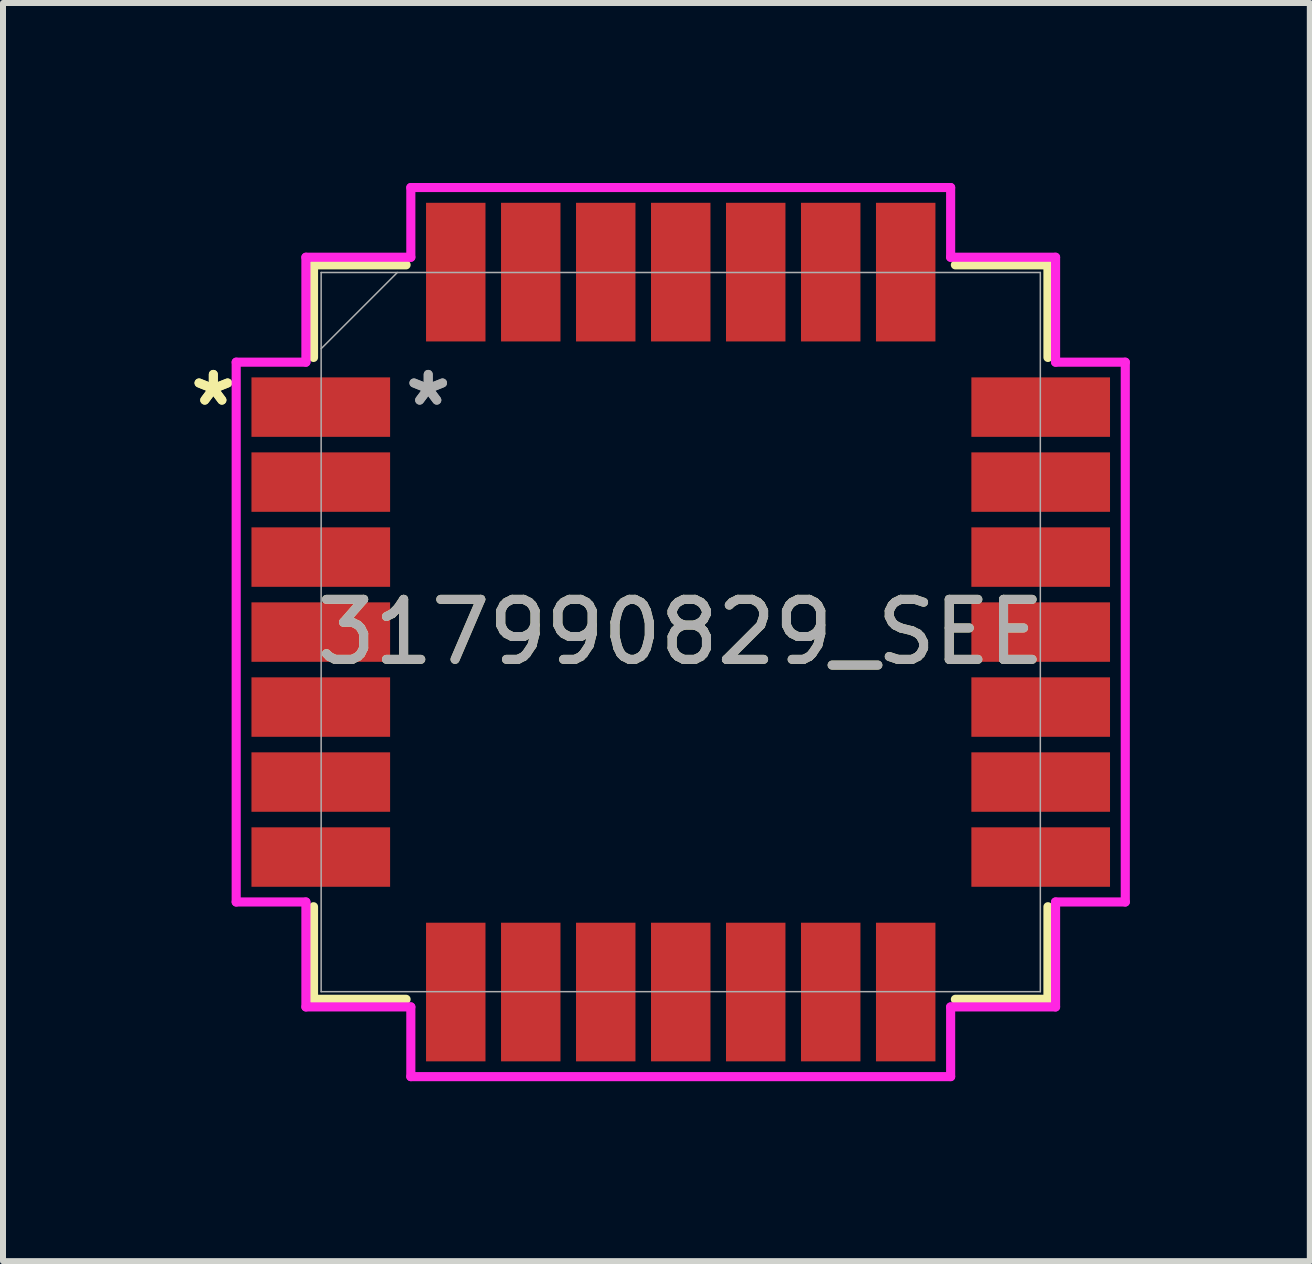
<source format=kicad_pcb>
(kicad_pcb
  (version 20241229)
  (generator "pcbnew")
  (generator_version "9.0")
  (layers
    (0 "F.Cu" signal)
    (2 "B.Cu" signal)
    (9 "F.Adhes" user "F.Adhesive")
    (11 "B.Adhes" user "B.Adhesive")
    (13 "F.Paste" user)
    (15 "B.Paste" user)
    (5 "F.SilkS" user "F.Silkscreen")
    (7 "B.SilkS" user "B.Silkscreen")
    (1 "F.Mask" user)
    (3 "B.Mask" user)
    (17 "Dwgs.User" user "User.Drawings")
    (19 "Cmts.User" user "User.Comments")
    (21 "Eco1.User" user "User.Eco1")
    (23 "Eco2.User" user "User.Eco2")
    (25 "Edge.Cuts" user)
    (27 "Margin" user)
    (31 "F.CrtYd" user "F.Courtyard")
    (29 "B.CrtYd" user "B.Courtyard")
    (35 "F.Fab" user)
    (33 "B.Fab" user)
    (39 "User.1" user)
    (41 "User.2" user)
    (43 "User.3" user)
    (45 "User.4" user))
  (footprint "317990829_SEE"
    (layer "F.Cu")
    (at 8.297 7.486)
    (property "Reference" "317990829_SEE" (at 0 0 0) (unlocked yes) (layer "F.SilkS") (effects (font (size 1 1) (thickness 0.15))))
    (attr smd)
    (fp_line (start -6.121 -6.121) (end -6.121 -4.578) (stroke (width 0.152) (type solid)) (layer "F.SilkS"))
    (fp_line (start -6.121 4.578) (end -6.121 6.121) (stroke (width 0.152) (type solid)) (layer "F.SilkS"))
    (fp_line (start -6.121 6.121) (end -4.578 6.121) (stroke (width 0.152) (type solid)) (layer "F.SilkS"))
    (fp_line (start -4.578 -6.121) (end -6.121 -6.121) (stroke (width 0.152) (type solid)) (layer "F.SilkS"))
    (fp_line (start 4.578 6.121) (end 6.121 6.121) (stroke (width 0.152) (type solid)) (layer "F.SilkS"))
    (fp_line (start 6.121 -6.121) (end 4.578 -6.121) (stroke (width 0.152) (type solid)) (layer "F.SilkS"))
    (fp_line (start 6.121 -4.578) (end 6.121 -6.121) (stroke (width 0.152) (type solid)) (layer "F.SilkS"))
    (fp_line (start 6.121 6.121) (end 6.121 4.578) (stroke (width 0.152) (type solid)) (layer "F.SilkS"))
    (fp_line (start -7.41 -4.499) (end -6.248 -4.499) (stroke (width 0.152) (type solid)) (layer "F.CrtYd"))
    (fp_line (start -7.41 4.499) (end -7.41 -4.499) (stroke (width 0.152) (type solid)) (layer "F.CrtYd"))
    (fp_line (start -6.248 -6.248) (end -4.499 -6.248) (stroke (width 0.152) (type solid)) (layer "F.CrtYd"))
    (fp_line (start -6.248 -4.499) (end -6.248 -6.248) (stroke (width 0.152) (type solid)) (layer "F.CrtYd"))
    (fp_line (start -6.248 4.499) (end -7.41 4.499) (stroke (width 0.152) (type solid)) (layer "F.CrtYd"))
    (fp_line (start -6.248 6.248) (end -6.248 4.499) (stroke (width 0.152) (type solid)) (layer "F.CrtYd"))
    (fp_line (start -4.499 -7.41) (end 4.499 -7.41) (stroke (width 0.152) (type solid)) (layer "F.CrtYd"))
    (fp_line (start -4.499 -6.248) (end -4.499 -7.41) (stroke (width 0.152) (type solid)) (layer "F.CrtYd"))
    (fp_line (start -4.499 6.248) (end -6.248 6.248) (stroke (width 0.152) (type solid)) (layer "F.CrtYd"))
    (fp_line (start -4.499 7.41) (end -4.499 6.248) (stroke (width 0.152) (type solid)) (layer "F.CrtYd"))
    (fp_line (start 4.499 -7.41) (end 4.499 -6.248) (stroke (width 0.152) (type solid)) (layer "F.CrtYd"))
    (fp_line (start 4.499 -6.248) (end 6.248 -6.248) (stroke (width 0.152) (type solid)) (layer "F.CrtYd"))
    (fp_line (start 4.499 6.248) (end 4.499 7.41) (stroke (width 0.152) (type solid)) (layer "F.CrtYd"))
    (fp_line (start 4.499 7.41) (end -4.499 7.41) (stroke (width 0.152) (type solid)) (layer "F.CrtYd"))
    (fp_line (start 6.248 -6.248) (end 6.248 -4.499) (stroke (width 0.152) (type solid)) (layer "F.CrtYd"))
    (fp_line (start 6.248 -4.499) (end 7.41 -4.499) (stroke (width 0.152) (type solid)) (layer "F.CrtYd"))
    (fp_line (start 6.248 4.499) (end 6.248 6.248) (stroke (width 0.152) (type solid)) (layer "F.CrtYd"))
    (fp_line (start 6.248 6.248) (end 4.499 6.248) (stroke (width 0.152) (type solid)) (layer "F.CrtYd"))
    (fp_line (start 7.41 -4.499) (end 7.41 4.499) (stroke (width 0.152) (type solid)) (layer "F.CrtYd"))
    (fp_line (start 7.41 4.499) (end 6.248 4.499) (stroke (width 0.152) (type solid)) (layer "F.CrtYd"))
    (fp_line (start -5.994 -5.994) (end -5.994 5.994) (stroke (width 0.025) (type solid)) (layer "F.Fab"))
    (fp_line (start -5.994 -4.724) (end -4.724 -5.994) (stroke (width 0.025) (type solid)) (layer "F.Fab"))
    (fp_line (start -5.994 5.994) (end 5.994 5.994) (stroke (width 0.025) (type solid)) (layer "F.Fab"))
    (fp_line (start 5.994 -5.994) (end -5.994 -5.994) (stroke (width 0.025) (type solid)) (layer "F.Fab"))
    (fp_line (start 5.994 5.994) (end 5.994 -5.994) (stroke (width 0.025) (type solid)) (layer "F.Fab"))
    (fp_text user "*" (at -7.791 -3.75 0) (layer "F.SilkS") (effects (font (size 1 1) (thickness 0.15))))
    (fp_text user "*" (at -7.791 -3.75 0) (unlocked yes) (layer "F.SilkS") (effects (font (size 1 1) (thickness 0.15))))
    (fp_text user "${REFERENCE}" (at 0 0 0) (unlocked yes) (layer "F.Fab") (effects (font (size 1 1) (thickness 0.15))))
    (fp_text user "*" (at -4.209 -3.75 0) (layer "F.Fab") (effects (font (size 1 1) (thickness 0.15))))
    (fp_text user "*" (at -4.209 -3.75 0) (unlocked yes) (layer "F.Fab") (effects (font (size 1 1) (thickness 0.15))))
    (pad "1" smd rect (at -6 -3.75) (size 2.311 0.991) (layers "F.Cu" "F.Mask" "F.Paste"))
    (pad "2" smd rect (at -6 -2.5) (size 2.311 0.991) (layers "F.Cu" "F.Mask" "F.Paste"))
    (pad "3" smd rect (at -6 -1.25) (size 2.311 0.991) (layers "F.Cu" "F.Mask" "F.Paste"))
    (pad "4" smd rect (at -6 0) (size 2.311 0.991) (layers "F.Cu" "F.Mask" "F.Paste"))
    (pad "5" smd rect (at -6 1.25) (size 2.311 0.991) (layers "F.Cu" "F.Mask" "F.Paste"))
    (pad "6" smd rect (at -6 2.5) (size 2.311 0.991) (layers "F.Cu" "F.Mask" "F.Paste"))
    (pad "7" smd rect (at -6 3.75) (size 2.311 0.991) (layers "F.Cu" "F.Mask" "F.Paste"))
    (pad "8" smd rect (at -3.75 6 90) (size 2.311 0.991) (layers "F.Cu" "F.Mask" "F.Paste"))
    (pad "9" smd rect (at -2.5 6 90) (size 2.311 0.991) (layers "F.Cu" "F.Mask" "F.Paste"))
    (pad "10" smd rect (at -1.25 6 90) (size 2.311 0.991) (layers "F.Cu" "F.Mask" "F.Paste"))
    (pad "11" smd rect (at 0 6 90) (size 2.311 0.991) (layers "F.Cu" "F.Mask" "F.Paste"))
    (pad "12" smd rect (at 1.25 6 90) (size 2.311 0.991) (layers "F.Cu" "F.Mask" "F.Paste"))
    (pad "13" smd rect (at 2.5 6 90) (size 2.311 0.991) (layers "F.Cu" "F.Mask" "F.Paste"))
    (pad "14" smd rect (at 3.75 6 90) (size 2.311 0.991) (layers "F.Cu" "F.Mask" "F.Paste"))
    (pad "15" smd rect (at 6 3.75) (size 2.311 0.991) (layers "F.Cu" "F.Mask" "F.Paste"))
    (pad "16" smd rect (at 6 2.5) (size 2.311 0.991) (layers "F.Cu" "F.Mask" "F.Paste"))
    (pad "17" smd rect (at 6 1.25) (size 2.311 0.991) (layers "F.Cu" "F.Mask" "F.Paste"))
    (pad "18" smd rect (at 6 0) (size 2.311 0.991) (layers "F.Cu" "F.Mask" "F.Paste"))
    (pad "19" smd rect (at 6 -1.25) (size 2.311 0.991) (layers "F.Cu" "F.Mask" "F.Paste"))
    (pad "20" smd rect (at 6 -2.5) (size 2.311 0.991) (layers "F.Cu" "F.Mask" "F.Paste"))
    (pad "21" smd rect (at 6 -3.75) (size 2.311 0.991) (layers "F.Cu" "F.Mask" "F.Paste"))
    (pad "22" smd rect (at 3.75 -6 90) (size 2.311 0.991) (layers "F.Cu" "F.Mask" "F.Paste"))
    (pad "23" smd rect (at 2.5 -6 90) (size 2.311 0.991) (layers "F.Cu" "F.Mask" "F.Paste"))
    (pad "24" smd rect (at 1.25 -6 90) (size 2.311 0.991) (layers "F.Cu" "F.Mask" "F.Paste"))
    (pad "25" smd rect (at 0 -6 90) (size 2.311 0.991) (layers "F.Cu" "F.Mask" "F.Paste"))
    (pad "26" smd rect (at -1.25 -6 90) (size 2.311 0.991) (layers "F.Cu" "F.Mask" "F.Paste"))
    (pad "27" smd rect (at -2.5 -6 90) (size 2.311 0.991) (layers "F.Cu" "F.Mask" "F.Paste"))
    (pad "28" smd rect (at -3.75 -6 90) (size 2.311 0.991) (layers "F.Cu" "F.Mask" "F.Paste")))
  (gr_rect
    (start -3 -3)
    (end 18.783 17.972)
    (stroke (width 0.1) (type default))
    (fill no)
    (layer "Edge.Cuts")))
</source>
